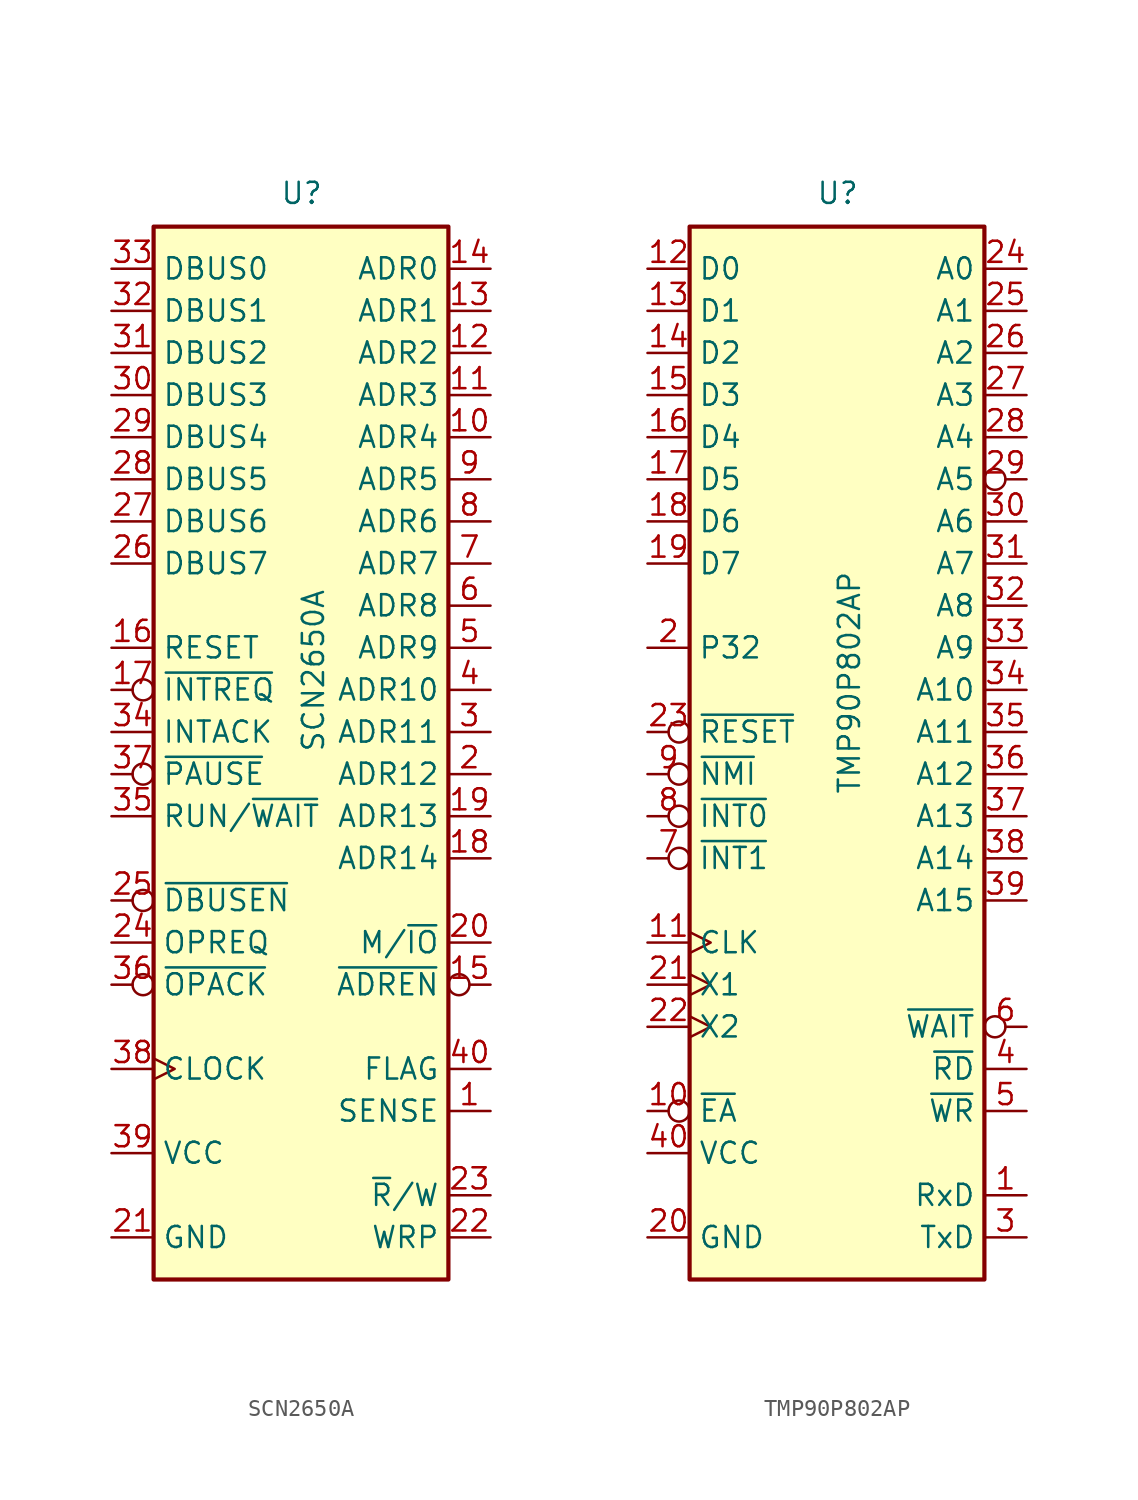
<source format=kicad_sym>
(kicad_symbol_lib
  (version 20211014)
  (generator kicad_symbol_editor)
  (symbol "SCN2650A"
    (property "Reference" "U"
      (at -1.27 31.75 0)
      (effects (font (size 1.27 1.27)) (justify left bottom)))
    (property "Value" "SCN2650A"
      (at 0 -1.27 90)
      (effects (font (size 1.27 1.27)) (justify left top)))
    (symbol "SCN2650A_0_1"
      (rectangle (start -8.89 -33.02) (end 8.89 30.48) (stroke (width 0.254) (type default) (color 0 0 0 0)) (fill (type background))))
    (symbol "SCN2650A_1_1"
      (pin input line (at 11.43 -22.86 180) (length 2.54) (name "SENSE" (effects (font (size 1.27 1.27)))) (number "1" (effects (font (size 1.27 1.27)))))
      (pin output line (at 11.43 17.78 180) (length 2.54) (name "ADR4" (effects (font (size 1.27 1.27)))) (number "10" (effects (font (size 1.27 1.27)))))
      (pin output line (at 11.43 20.32 180) (length 2.54) (name "ADR3" (effects (font (size 1.27 1.27)))) (number "11" (effects (font (size 1.27 1.27)))))
      (pin output line (at 11.43 22.86 180) (length 2.54) (name "ADR2" (effects (font (size 1.27 1.27)))) (number "12" (effects (font (size 1.27 1.27)))))
      (pin output line (at 11.43 25.4 180) (length 2.54) (name "ADR1" (effects (font (size 1.27 1.27)))) (number "13" (effects (font (size 1.27 1.27)))))
      (pin output line (at 11.43 27.94 180) (length 2.54) (name "ADR0" (effects (font (size 1.27 1.27)))) (number "14" (effects (font (size 1.27 1.27)))))
      (pin output inverted (at 11.43 -15.24 180) (length 2.54) (name "~{ADREN}" (effects (font (size 1.27 1.27)))) (number "15" (effects (font (size 1.27 1.27)))))
      (pin input line (at -11.43 5.08 0) (length 2.54) (name "RESET" (effects (font (size 1.27 1.27)))) (number "16" (effects (font (size 1.27 1.27)))))
      (pin input inverted (at -11.43 2.54 0) (length 2.54) (name "~{INTREQ}" (effects (font (size 1.27 1.27)))) (number "17" (effects (font (size 1.27 1.27)))))
      (pin output line (at 11.43 -7.62 180) (length 2.54) (name "ADR14" (effects (font (size 1.27 1.27)))) (number "18" (effects (font (size 1.27 1.27)))))
      (pin output line (at 11.43 -5.08 180) (length 2.54) (name "ADR13" (effects (font (size 1.27 1.27)))) (number "19" (effects (font (size 1.27 1.27)))))
      (pin output line (at 11.43 -2.54 180) (length 2.54) (name "ADR12" (effects (font (size 1.27 1.27)))) (number "2" (effects (font (size 1.27 1.27)))))
      (pin output line (at 11.43 -12.7 180) (length 2.54) (name "M/~{IO}" (effects (font (size 1.27 1.27)))) (number "20" (effects (font (size 1.27 1.27)))))
      (pin power_in line (at -11.43 -30.48 0) (length 2.54) (name "GND" (effects (font (size 1.27 1.27)))) (number "21" (effects (font (size 1.27 1.27)))))
      (pin output line (at 11.43 -30.48 180) (length 2.54) (name "WRP" (effects (font (size 1.27 1.27)))) (number "22" (effects (font (size 1.27 1.27)))))
      (pin output line (at 11.43 -27.94 180) (length 2.54) (name "~{R}/W" (effects (font (size 1.27 1.27)))) (number "23" (effects (font (size 1.27 1.27)))))
      (pin output line (at -11.43 -12.7 0) (length 2.54) (name "OPREQ" (effects (font (size 1.27 1.27)))) (number "24" (effects (font (size 1.27 1.27)))))
      (pin input inverted (at -11.43 -10.16 0) (length 2.54) (name "~{DBUSEN}" (effects (font (size 1.27 1.27)))) (number "25" (effects (font (size 1.27 1.27)))))
      (pin bidirectional line (at -11.43 10.16 0) (length 2.54) (name "DBUS7" (effects (font (size 1.27 1.27)))) (number "26" (effects (font (size 1.27 1.27)))))
      (pin bidirectional line (at -11.43 12.7 0) (length 2.54) (name "DBUS6" (effects (font (size 1.27 1.27)))) (number "27" (effects (font (size 1.27 1.27)))))
      (pin bidirectional line (at -11.43 15.24 0) (length 2.54) (name "DBUS5" (effects (font (size 1.27 1.27)))) (number "28" (effects (font (size 1.27 1.27)))))
      (pin bidirectional line (at -11.43 17.78 0) (length 2.54) (name "DBUS4" (effects (font (size 1.27 1.27)))) (number "29" (effects (font (size 1.27 1.27)))))
      (pin output line (at 11.43 0 180) (length 2.54) (name "ADR11" (effects (font (size 1.27 1.27)))) (number "3" (effects (font (size 1.27 1.27)))))
      (pin bidirectional line (at -11.43 20.32 0) (length 2.54) (name "DBUS3" (effects (font (size 1.27 1.27)))) (number "30" (effects (font (size 1.27 1.27)))))
      (pin bidirectional line (at -11.43 22.86 0) (length 2.54) (name "DBUS2" (effects (font (size 1.27 1.27)))) (number "31" (effects (font (size 1.27 1.27)))))
      (pin bidirectional line (at -11.43 25.4 0) (length 2.54) (name "DBUS1" (effects (font (size 1.27 1.27)))) (number "32" (effects (font (size 1.27 1.27)))))
      (pin bidirectional line (at -11.43 27.94 0) (length 2.54) (name "DBUS0" (effects (font (size 1.27 1.27)))) (number "33" (effects (font (size 1.27 1.27)))))
      (pin output line (at -11.43 0 0) (length 2.54) (name "INTACK" (effects (font (size 1.27 1.27)))) (number "34" (effects (font (size 1.27 1.27)))))
      (pin output line (at -11.43 -5.08 0) (length 2.54) (name "RUN/~{WAIT}" (effects (font (size 1.27 1.27)))) (number "35" (effects (font (size 1.27 1.27)))))
      (pin input inverted (at -11.43 -15.24 0) (length 2.54) (name "~{OPACK}" (effects (font (size 1.27 1.27)))) (number "36" (effects (font (size 1.27 1.27)))))
      (pin input inverted (at -11.43 -2.54 0) (length 2.54) (name "~{PAUSE}" (effects (font (size 1.27 1.27)))) (number "37" (effects (font (size 1.27 1.27)))))
      (pin input clock (at -11.43 -20.32 0) (length 2.54) (name "CLOCK" (effects (font (size 1.27 1.27)))) (number "38" (effects (font (size 1.27 1.27)))))
      (pin power_in line (at -11.43 -25.4 0) (length 2.54) (name "VCC" (effects (font (size 1.27 1.27)))) (number "39" (effects (font (size 1.27 1.27)))))
      (pin output line (at 11.43 2.54 180) (length 2.54) (name "ADR10" (effects (font (size 1.27 1.27)))) (number "4" (effects (font (size 1.27 1.27)))))
      (pin output line (at 11.43 -20.32 180) (length 2.54) (name "FLAG" (effects (font (size 1.27 1.27)))) (number "40" (effects (font (size 1.27 1.27)))))
      (pin output line (at 11.43 5.08 180) (length 2.54) (name "ADR9" (effects (font (size 1.27 1.27)))) (number "5" (effects (font (size 1.27 1.27)))))
      (pin output line (at 11.43 7.62 180) (length 2.54) (name "ADR8" (effects (font (size 1.27 1.27)))) (number "6" (effects (font (size 1.27 1.27)))))
      (pin output line (at 11.43 10.16 180) (length 2.54) (name "ADR7" (effects (font (size 1.27 1.27)))) (number "7" (effects (font (size 1.27 1.27)))))
      (pin output line (at 11.43 12.7 180) (length 2.54) (name "ADR6" (effects (font (size 1.27 1.27)))) (number "8" (effects (font (size 1.27 1.27)))))
      (pin output line (at 11.43 15.24 180) (length 2.54) (name "ADR5" (effects (font (size 1.27 1.27)))) (number "9" (effects (font (size 1.27 1.27)))))))
  (symbol "TMP90P802AP"
    (property "Reference" "U"
      (at -1.27 31.75 0)
      (effects (font (size 1.27 1.27)) (justify left bottom)))
    (property "Value" "TMP90P802AP"
      (at 0 -3.81 90)
      (effects (font (size 1.27 1.27)) (justify left top)))
    (symbol "TMP90P802AP_0_1"
      (rectangle (start -8.89 -33.02) (end 8.89 30.48) (stroke (width 0.254) (type default) (color 0 0 0 0)) (fill (type background))))
    (symbol "TMP90P802AP_1_1"
      (pin input line (at 11.43 -27.94 180) (length 2.54) (name "RxD" (effects (font (size 1.27 1.27)))) (number "1" (effects (font (size 1.27 1.27)))))
      (pin input inverted (at -11.43 -22.86 0) (length 2.54) (name "~{EA}" (effects (font (size 1.27 1.27)))) (number "10" (effects (font (size 1.27 1.27)))))
      (pin output clock (at -11.43 -12.7 0) (length 2.54) (name "CLK" (effects (font (size 1.27 1.27)))) (number "11" (effects (font (size 1.27 1.27)))))
      (pin bidirectional line (at -11.43 27.94 0) (length 2.54) (name "D0" (effects (font (size 1.27 1.27)))) (number "12" (effects (font (size 1.27 1.27)))))
      (pin bidirectional line (at -11.43 25.4 0) (length 2.54) (name "D1" (effects (font (size 1.27 1.27)))) (number "13" (effects (font (size 1.27 1.27)))))
      (pin bidirectional line (at -11.43 22.86 0) (length 2.54) (name "D2" (effects (font (size 1.27 1.27)))) (number "14" (effects (font (size 1.27 1.27)))))
      (pin bidirectional line (at -11.43 20.32 0) (length 2.54) (name "D3" (effects (font (size 1.27 1.27)))) (number "15" (effects (font (size 1.27 1.27)))))
      (pin bidirectional line (at -11.43 17.78 0) (length 2.54) (name "D4" (effects (font (size 1.27 1.27)))) (number "16" (effects (font (size 1.27 1.27)))))
      (pin bidirectional line (at -11.43 15.24 0) (length 2.54) (name "D5" (effects (font (size 1.27 1.27)))) (number "17" (effects (font (size 1.27 1.27)))))
      (pin bidirectional line (at -11.43 12.7 0) (length 2.54) (name "D6" (effects (font (size 1.27 1.27)))) (number "18" (effects (font (size 1.27 1.27)))))
      (pin bidirectional line (at -11.43 10.16 0) (length 2.54) (name "D7" (effects (font (size 1.27 1.27)))) (number "19" (effects (font (size 1.27 1.27)))))
      (pin bidirectional line (at -11.43 5.08 0) (length 2.54) (name "P32" (effects (font (size 1.27 1.27)))) (number "2" (effects (font (size 1.27 1.27)))))
      (pin power_in line (at -11.43 -30.48 0) (length 2.54) (name "GND" (effects (font (size 1.27 1.27)))) (number "20" (effects (font (size 1.27 1.27)))))
      (pin input clock (at -11.43 -15.24 0) (length 2.54) (name "X1" (effects (font (size 1.27 1.27)))) (number "21" (effects (font (size 1.27 1.27)))))
      (pin passive clock (at -11.43 -17.78 0) (length 2.54) (name "X2" (effects (font (size 1.27 1.27)))) (number "22" (effects (font (size 1.27 1.27)))))
      (pin input inverted (at -11.43 0 0) (length 2.54) (name "~{RESET}" (effects (font (size 1.27 1.27)))) (number "23" (effects (font (size 1.27 1.27)))))
      (pin output line (at 11.43 27.94 180) (length 2.54) (name "A0" (effects (font (size 1.27 1.27)))) (number "24" (effects (font (size 1.27 1.27)))))
      (pin output line (at 11.43 25.4 180) (length 2.54) (name "A1" (effects (font (size 1.27 1.27)))) (number "25" (effects (font (size 1.27 1.27)))))
      (pin output line (at 11.43 22.86 180) (length 2.54) (name "A2" (effects (font (size 1.27 1.27)))) (number "26" (effects (font (size 1.27 1.27)))))
      (pin output line (at 11.43 20.32 180) (length 2.54) (name "A3" (effects (font (size 1.27 1.27)))) (number "27" (effects (font (size 1.27 1.27)))))
      (pin output line (at 11.43 17.78 180) (length 2.54) (name "A4" (effects (font (size 1.27 1.27)))) (number "28" (effects (font (size 1.27 1.27)))))
      (pin output inverted (at 11.43 15.24 180) (length 2.54) (name "A5" (effects (font (size 1.27 1.27)))) (number "29" (effects (font (size 1.27 1.27)))))
      (pin output line (at 11.43 -30.48 180) (length 2.54) (name "TxD" (effects (font (size 1.27 1.27)))) (number "3" (effects (font (size 1.27 1.27)))))
      (pin output line (at 11.43 12.7 180) (length 2.54) (name "A6" (effects (font (size 1.27 1.27)))) (number "30" (effects (font (size 1.27 1.27)))))
      (pin output line (at 11.43 10.16 180) (length 2.54) (name "A7" (effects (font (size 1.27 1.27)))) (number "31" (effects (font (size 1.27 1.27)))))
      (pin output line (at 11.43 7.62 180) (length 2.54) (name "A8" (effects (font (size 1.27 1.27)))) (number "32" (effects (font (size 1.27 1.27)))))
      (pin output line (at 11.43 5.08 180) (length 2.54) (name "A9" (effects (font (size 1.27 1.27)))) (number "33" (effects (font (size 1.27 1.27)))))
      (pin output line (at 11.43 2.54 180) (length 2.54) (name "A10" (effects (font (size 1.27 1.27)))) (number "34" (effects (font (size 1.27 1.27)))))
      (pin output line (at 11.43 0 180) (length 2.54) (name "A11" (effects (font (size 1.27 1.27)))) (number "35" (effects (font (size 1.27 1.27)))))
      (pin output line (at 11.43 -2.54 180) (length 2.54) (name "A12" (effects (font (size 1.27 1.27)))) (number "36" (effects (font (size 1.27 1.27)))))
      (pin output line (at 11.43 -5.08 180) (length 2.54) (name "A13" (effects (font (size 1.27 1.27)))) (number "37" (effects (font (size 1.27 1.27)))))
      (pin output line (at 11.43 -7.62 180) (length 2.54) (name "A14" (effects (font (size 1.27 1.27)))) (number "38" (effects (font (size 1.27 1.27)))))
      (pin output line (at 11.43 -10.16 180) (length 2.54) (name "A15" (effects (font (size 1.27 1.27)))) (number "39" (effects (font (size 1.27 1.27)))))
      (pin output line (at 11.43 -20.32 180) (length 2.54) (name "~{RD}" (effects (font (size 1.27 1.27)))) (number "4" (effects (font (size 1.27 1.27)))))
      (pin power_in line (at -11.43 -25.4 0) (length 2.54) (name "VCC" (effects (font (size 1.27 1.27)))) (number "40" (effects (font (size 1.27 1.27)))))
      (pin output line (at 11.43 -22.86 180) (length 2.54) (name "~{WR}" (effects (font (size 1.27 1.27)))) (number "5" (effects (font (size 1.27 1.27)))))
      (pin input inverted (at 11.43 -17.78 180) (length 2.54) (name "~{WAIT}" (effects (font (size 1.27 1.27)))) (number "6" (effects (font (size 1.27 1.27)))))
      (pin input inverted (at -11.43 -7.62 0) (length 2.54) (name "~{INT1}" (effects (font (size 1.27 1.27)))) (number "7" (effects (font (size 1.27 1.27)))))
      (pin input inverted (at -11.43 -5.08 0) (length 2.54) (name "~{INT0}" (effects (font (size 1.27 1.27)))) (number "8" (effects (font (size 1.27 1.27)))))
      (pin input inverted (at -11.43 -2.54 0) (length 2.54) (name "~{NMI}" (effects (font (size 1.27 1.27)))) (number "9" (effects (font (size 1.27 1.27))))))))
</source>
